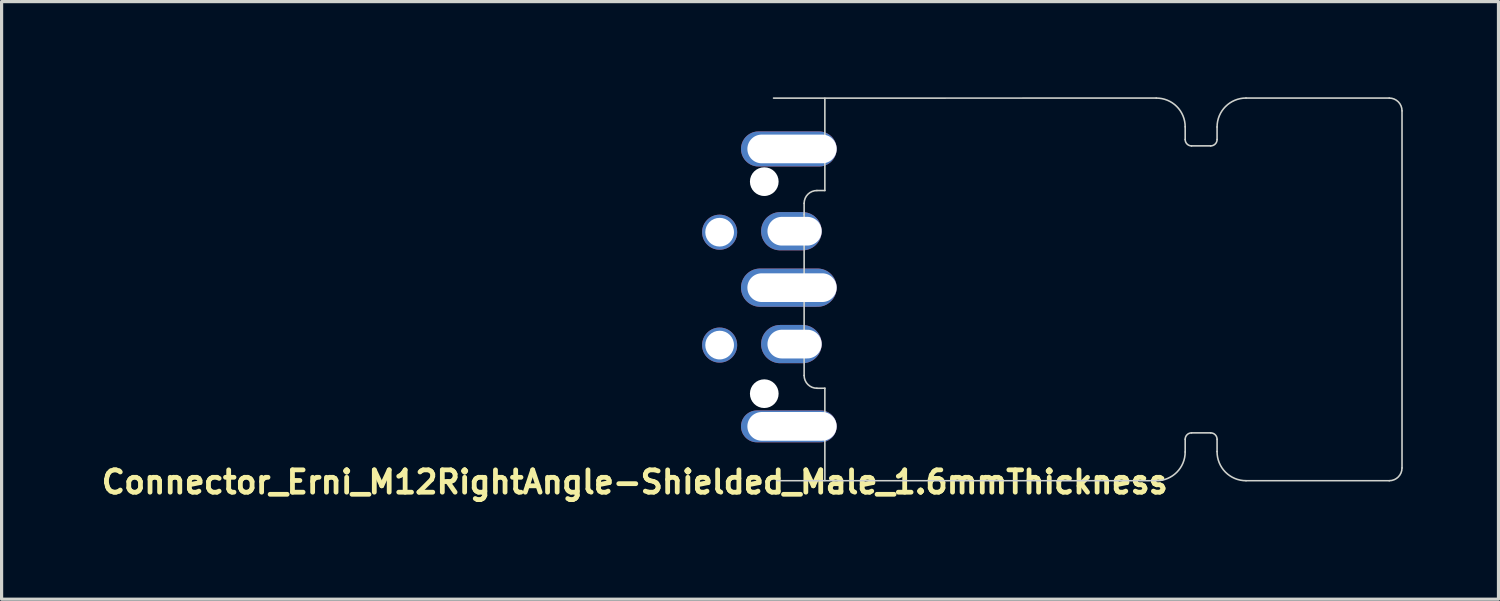
<source format=kicad_pcb>
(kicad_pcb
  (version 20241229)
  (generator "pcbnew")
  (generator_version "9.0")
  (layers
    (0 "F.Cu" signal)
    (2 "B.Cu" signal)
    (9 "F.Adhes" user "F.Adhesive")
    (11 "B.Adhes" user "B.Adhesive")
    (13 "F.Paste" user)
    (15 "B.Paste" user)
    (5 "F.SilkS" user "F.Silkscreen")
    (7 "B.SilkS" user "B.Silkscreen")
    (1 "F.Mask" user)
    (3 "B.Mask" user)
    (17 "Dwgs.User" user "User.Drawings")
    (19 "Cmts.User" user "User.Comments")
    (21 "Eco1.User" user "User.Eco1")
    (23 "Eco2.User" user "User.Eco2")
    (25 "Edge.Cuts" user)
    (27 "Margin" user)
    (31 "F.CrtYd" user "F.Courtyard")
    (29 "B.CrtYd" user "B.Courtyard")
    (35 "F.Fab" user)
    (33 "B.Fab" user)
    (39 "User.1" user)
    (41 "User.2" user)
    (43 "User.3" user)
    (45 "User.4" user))
  (footprint "Connector_Erni_M12RightAngle-Shielded_Male_1.6mmThickness"
    (layer "F.Cu")
    (at 31.668 5.971)
    (property "Reference" "Connector_Erni_M12RightAngle-Shielded_Male_1.6mmThickness" (at -14.813 6.098 0) (layer "F.SilkS") (effects (font (size 0.7 0.7) (thickness 0.15))))
    (attr through_hole)
    (fp_poly (pts (xy -12.31 -2.54) (xy -11.9 -1.74) (xy -12.31 -0.97) (xy -11.39 -0.97) (xy -11.39 -2.54)) (stroke (width 0.002) (type solid)) (fill yes) (layer "F.Paste"))
    (fp_poly (pts (xy -12.28 1) (xy -11.87 1.8) (xy -12.28 2.57) (xy -11.36 2.57) (xy -11.36 1)) (stroke (width 0.002) (type solid)) (fill yes) (layer "F.Paste"))
    (fp_poly (pts (xy -12.06 -0.97) (xy -12.47 -1.77) (xy -12.06 -2.54) (xy -12.98 -2.54) (xy -12.98 -0.97)) (stroke (width 0.002) (type solid)) (fill yes) (layer "F.Paste"))
    (fp_poly (pts (xy -12.03 2.57) (xy -12.44 1.77) (xy -12.03 1) (xy -12.95 1) (xy -12.95 2.57)) (stroke (width 0.002) (type solid)) (fill yes) (layer "F.Paste"))
    (fp_poly (pts (xy -11.84 -5.61) (xy -8.88 -5.61) (xy -9.36 -4.34) (xy -8.88 -3.8) (xy -11.84 -3.8)) (stroke (width 0.002) (type solid)) (fill yes) (layer "F.Paste"))
    (fp_poly (pts (xy -11.84 5.66) (xy -8.88 5.66) (xy -9.36 4.39) (xy -8.88 3.85) (xy -11.84 3.85)) (stroke (width 0.002) (type solid)) (fill yes) (layer "F.Paste"))
    (fp_poly (pts (xy -9.54 -0.77) (xy -9.95 0.03) (xy -9.54 0.8) (xy -11.77 0.8) (xy -11.77 -0.77)) (stroke (width 0.002) (type solid)) (fill yes) (layer "F.Paste"))
    (fp_poly (pts (xy -9.54 0.99) (xy -9.95 1.79) (xy -9.54 2.56) (xy -11.07 2.56) (xy -11.07 0.99)) (stroke (width 0.002) (type solid)) (fill yes) (layer "F.Paste"))
    (fp_poly (pts (xy -9.5 -2.57) (xy -9.91 -1.77) (xy -9.5 -1) (xy -11.03 -1) (xy -11.03 -2.57)) (stroke (width 0.002) (type solid)) (fill yes) (layer "F.Paste"))
    (fp_line (start -10.359 6.054) (end 1.548 6.054) (stroke (width 0.05) (type solid)) (layer "Edge.Cuts"))
    (fp_line (start -9.5 -2.645) (end -9.5 -2.3) (stroke (width 0.05) (type solid)) (layer "Edge.Cuts"))
    (fp_line (start -9.5 -2.3) (end -9.5 2.754) (stroke (width 0.05) (type solid)) (layer "Edge.Cuts"))
    (fp_line (start -8.85 -5.94) (end -8.85 -3.046) (stroke (width 0.05) (type solid)) (layer "Edge.Cuts"))
    (fp_line (start -8.85 -3.046) (end -9.1 -3.045) (stroke (width 0.05) (type solid)) (layer "Edge.Cuts"))
    (fp_line (start -8.85 3.154) (end -9.1 3.155) (stroke (width 0.05) (type solid)) (layer "Edge.Cuts"))
    (fp_line (start -8.85 3.154) (end -8.85 6.05) (stroke (width 0.05) (type solid)) (layer "Edge.Cuts"))
    (fp_line (start 1.542 -5.945) (end -10.459 -5.944) (stroke (width 0.05) (type solid)) (layer "Edge.Cuts"))
    (fp_line (start 2.45 -4.646) (end 2.45 -5.044) (stroke (width 0.05) (type solid)) (layer "Edge.Cuts"))
    (fp_line (start 2.45 5.153) (end 2.45 4.754) (stroke (width 0.05) (type solid)) (layer "Edge.Cuts"))
    (fp_line (start 2.65 4.554) (end 3.25 4.554) (stroke (width 0.05) (type solid)) (layer "Edge.Cuts"))
    (fp_line (start 3.248 -4.446) (end 2.65 -4.446) (stroke (width 0.05) (type solid)) (layer "Edge.Cuts"))
    (fp_line (start 3.45 4.754) (end 3.45 5.141) (stroke (width 0.05) (type solid)) (layer "Edge.Cuts"))
    (fp_line (start 3.45 -5.039) (end 3.45 -4.646) (stroke (width 0.05) (type solid)) (layer "Edge.Cuts"))
    (fp_line (start 4.358 6.054) (end 8.85 6.054) (stroke (width 0.05) (type solid)) (layer "Edge.Cuts"))
    (fp_line (start 8.85 -5.946) (end 4.358 -5.946) (stroke (width 0.05) (type solid)) (layer "Edge.Cuts"))
    (fp_line (start 9.25 5.654) (end 9.25 -5.545) (stroke (width 0.05) (type solid)) (layer "Edge.Cuts"))
    (fp_arc (start -9.5 -2.6452) (mid -9.382665 -2.928428) (end -9.099411 -3.0457) (stroke (width 0.05) (type solid)) (layer "Edge.Cuts"))
    (fp_arc (start -9.0994 3.1543) (mid -9.382667 3.036967) (end -9.5 2.7537) (stroke (width 0.05) (type solid)) (layer "Edge.Cuts"))
    (fp_arc (start 1.542402 -5.945001) (mid 2.183785 -5.683317) (end 2.449997 -5.0438) (stroke (width 0.05) (type solid)) (layer "Edge.Cuts"))
    (fp_arc (start 2.449997 4.7543) (mid 2.508575 4.61288) (end 2.649994 4.5543) (stroke (width 0.05) (type solid)) (layer "Edge.Cuts"))
    (fp_arc (start 2.449997 5.1528) (mid 2.185951 5.790257) (end 1.548492 6.0543) (stroke (width 0.05) (type solid)) (layer "Edge.Cuts"))
    (fp_arc (start 2.649997 -4.4457) (mid 2.508575 -4.504278) (end 2.449997 -4.6457) (stroke (width 0.05) (type solid)) (layer "Edge.Cuts"))
    (fp_arc (start 3.249985 4.5543) (mid 3.391414 4.612874) (end 3.449997 4.7543) (stroke (width 0.05) (type solid)) (layer "Edge.Cuts"))
    (fp_arc (start 3.449997 -4.6457) (mid 3.390641 -4.5035) (end 3.247801 -4.4457) (stroke (width 0.05) (type solid)) (layer "Edge.Cuts"))
    (fp_arc (start 3.450177 -5.039488) (mid 3.716086 -5.680769) (end 4.357524 -5.9463) (stroke (width 0.05) (type solid)) (layer "Edge.Cuts"))
    (fp_arc (start 4.357525 6.0543) (mid 3.71363 5.786329) (end 3.449997 5.140645) (stroke (width 0.05) (type solid)) (layer "Edge.Cuts"))
    (fp_arc (start 8.849503 -5.9457) (mid 9.132687 -5.828402) (end 9.249985 -5.545218) (stroke (width 0.05) (type solid)) (layer "Edge.Cuts"))
    (fp_arc (start 9.249985 5.6538) (mid 9.132693 5.936995) (end 8.849503 6.0543) (stroke (width 0.05) (type solid)) (layer "Edge.Cuts"))
    (pad "" np_thru_hole circle (at -10.75 -3.325) (size 0.9 0.9) (drill 0.9) (layers "*.Cu" "*.Mask"))
    (pad "" np_thru_hole circle (at -10.75 3.325) (size 0.9 0.9) (drill 0.9) (layers "*.Cu" "*.Mask"))
    (pad "1" thru_hole oval (at -9.8 1.77) (size 1.9 1.2) (drill oval 1.7 0.9 (offset -0.1 0)) (layers "*.Cu" "*.Mask"))
    (pad "2" thru_hole oval (at -9.8 -1.77) (size 1.9 1.2) (drill oval 1.7 0.9 (offset -0.1 0)) (layers "*.Cu" "*.Mask"))
    (pad "3" thru_hole circle (at -12.15 -1.739) (size 1.1 1.1) (drill 0.9) (layers "*.Cu" "*.Mask"))
    (pad "4" thru_hole circle (at -12.15 1.801) (size 1.1 1.1) (drill 0.9) (layers "*.Cu" "*.Mask"))
    (pad "5" thru_hole oval (at -9.88 0) (size 3 1.2) (drill oval 2.8 0.9 (offset -0.1 0)) (layers "*.Cu" "*.Mask"))
    (pad "6" thru_hole oval (at -9.88 -4.35) (size 3 1.1) (drill oval 2.8 0.9 (offset -0.1 0)) (layers "*.Cu" "*.Mask"))
    (pad "7" thru_hole oval (at -9.88 4.35) (size 3 1) (drill oval 2.8 0.9 (offset -0.1 0)) (layers "*.Cu" "*.Mask")))
  (gr_rect
    (start -3 -3)
    (end 43.943 15.742)
    (stroke (width 0.1) (type default))
    (fill no)
    (layer "Edge.Cuts")))
</source>
